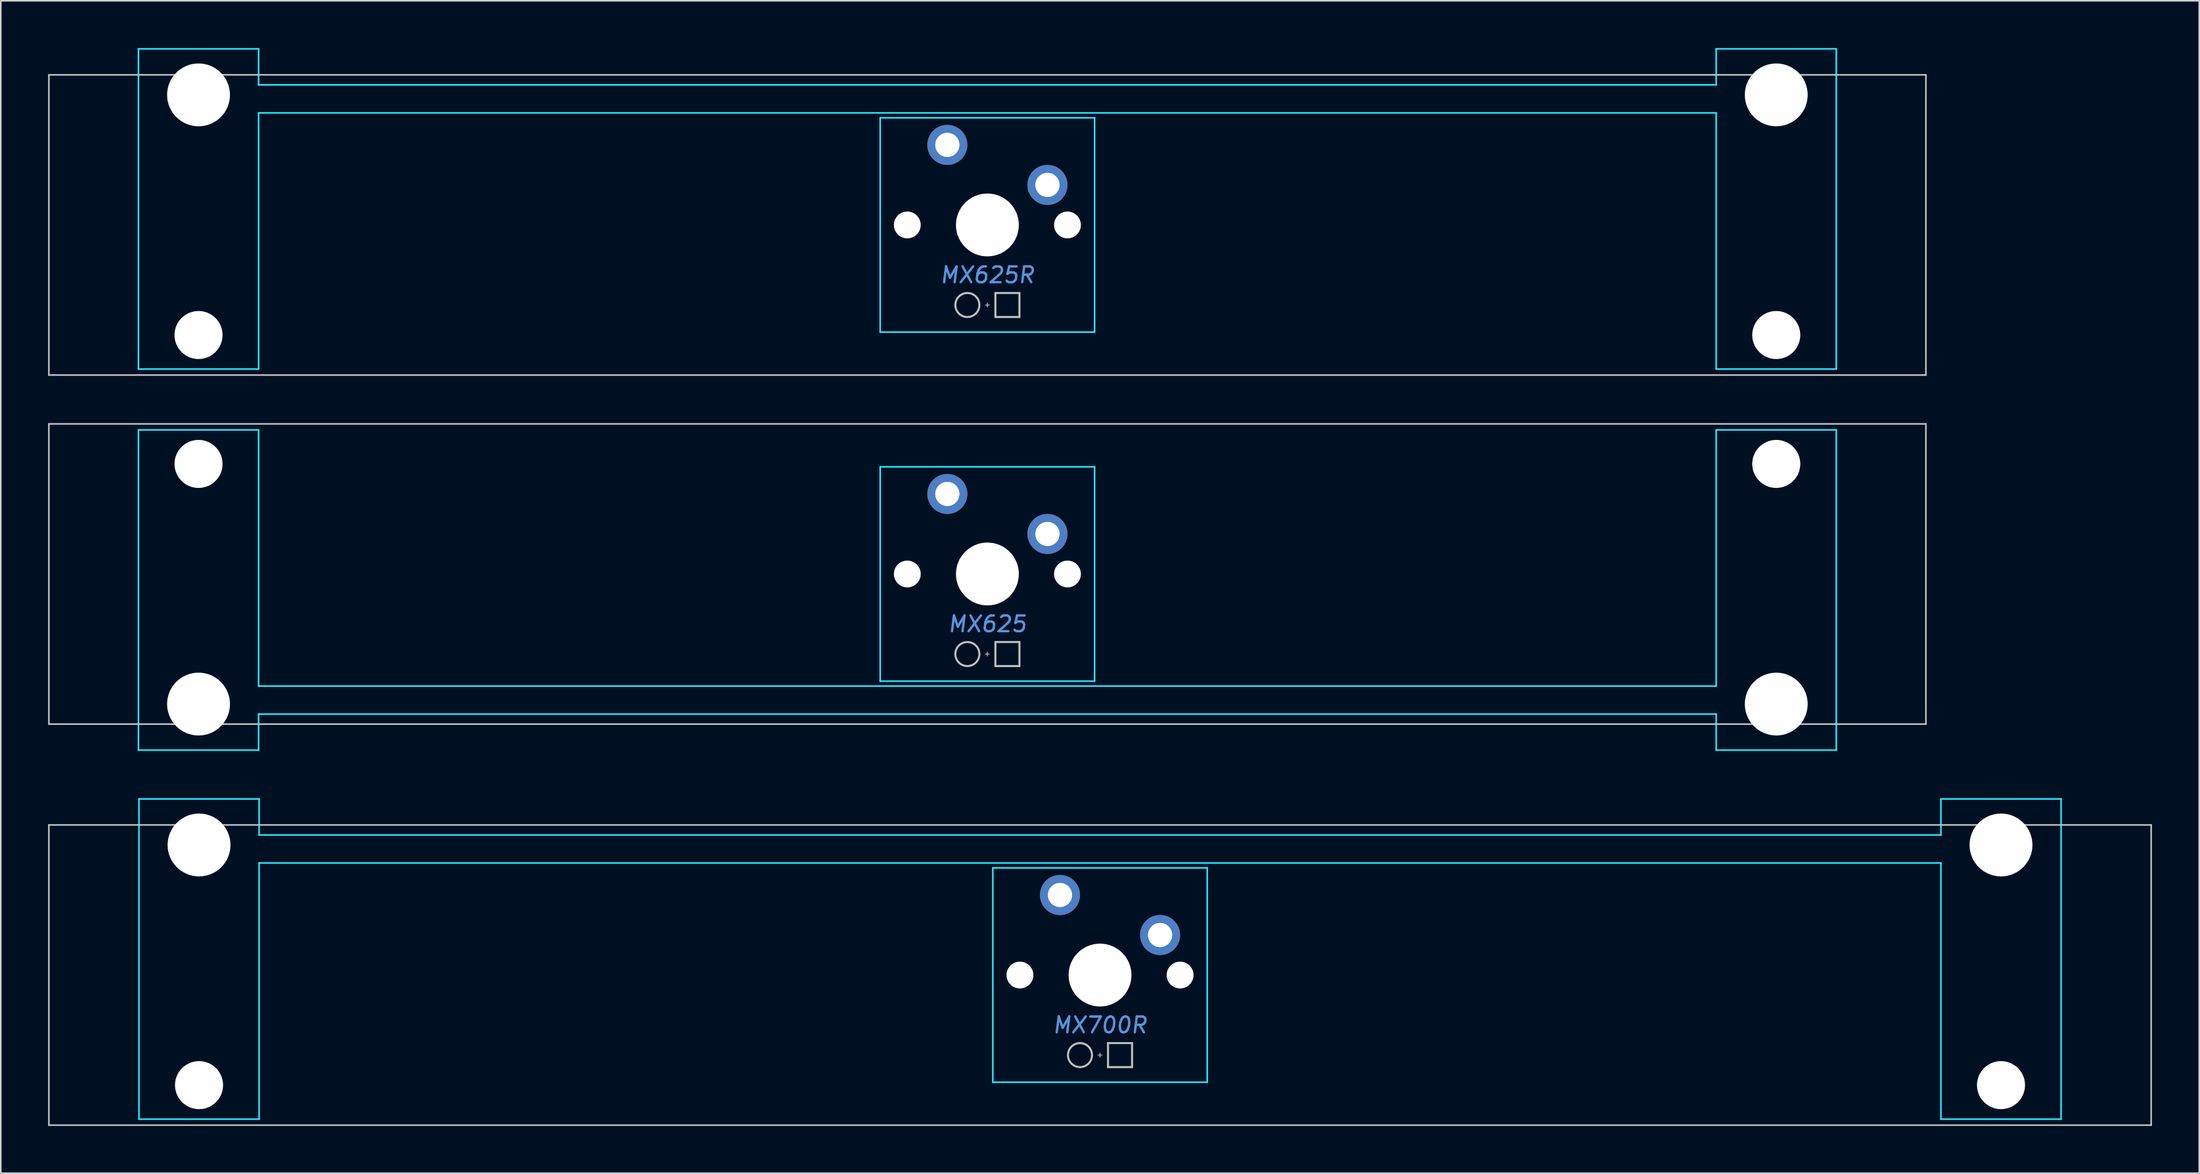
<source format=kicad_pcb>
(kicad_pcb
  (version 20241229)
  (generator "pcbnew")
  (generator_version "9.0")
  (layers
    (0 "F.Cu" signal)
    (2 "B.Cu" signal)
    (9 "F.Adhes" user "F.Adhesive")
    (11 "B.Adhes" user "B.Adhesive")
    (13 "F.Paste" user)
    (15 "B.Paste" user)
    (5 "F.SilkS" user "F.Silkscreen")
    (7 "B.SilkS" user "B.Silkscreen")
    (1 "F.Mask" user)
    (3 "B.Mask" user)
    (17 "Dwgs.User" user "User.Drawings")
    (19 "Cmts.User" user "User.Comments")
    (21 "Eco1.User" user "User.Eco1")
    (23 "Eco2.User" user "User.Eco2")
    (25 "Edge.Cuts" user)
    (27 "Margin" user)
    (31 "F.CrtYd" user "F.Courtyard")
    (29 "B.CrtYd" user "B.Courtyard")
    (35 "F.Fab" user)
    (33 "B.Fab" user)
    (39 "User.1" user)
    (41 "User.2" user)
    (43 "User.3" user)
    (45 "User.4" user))
  (footprint "MX700R"
    (layer "F.Cu")
    (at 66.725 58.828)
    (property "Reference" "MX700R" (at 0 3.175 0) (layer "Cmts.User") (effects (font (size 1 1) (thickness 0.15) (italic yes))))
    (attr through_hole)
    (fp_line (start -66.675 -9.525) (end -66.675 9.525) (stroke (width 0.1) (type solid)) (layer "Dwgs.User"))
    (fp_line (start -66.675 -9.525) (end 66.675 -9.525) (stroke (width 0.1) (type solid)) (layer "Dwgs.User"))
    (fp_line (start -66.675 9.525) (end 66.675 9.525) (stroke (width 0.1) (type solid)) (layer "Dwgs.User"))
    (fp_line (start -0.127 5.08) (end 0.127 5.08) (stroke (width 0.051) (type solid)) (layer "Dwgs.User"))
    (fp_line (start 0 4.953) (end 0 5.207) (stroke (width 0.051) (type solid)) (layer "Dwgs.User"))
    (fp_line (start 0.508 4.318) (end 0.508 5.842) (stroke (width 0.127) (type solid)) (layer "Dwgs.User"))
    (fp_line (start 0.508 4.318) (end 2.032 4.318) (stroke (width 0.127) (type solid)) (layer "Dwgs.User"))
    (fp_line (start 0.508 5.842) (end 2.032 5.842) (stroke (width 0.127) (type solid)) (layer "Dwgs.User"))
    (fp_line (start 2.032 5.842) (end 2.032 4.318) (stroke (width 0.127) (type solid)) (layer "Dwgs.User"))
    (fp_line (start 66.675 -9.525) (end 66.675 9.525) (stroke (width 0.1) (type solid)) (layer "Dwgs.User"))
    (fp_circle (center -1.27 5.08) (end -0.508 5.08) (stroke (width 0.127) (type solid)) (fill no) (layer "Dwgs.User"))
    (fp_line (start -60.96 9.144) (end -60.96 -11.176) (stroke (width 0.1) (type solid)) (layer "B.CrtYd"))
    (fp_line (start -53.34 -11.176) (end -60.96 -11.176) (stroke (width 0.1) (type solid)) (layer "B.CrtYd"))
    (fp_line (start -53.34 -8.89) (end -53.34 -11.176) (stroke (width 0.1) (type solid)) (layer "B.CrtYd"))
    (fp_line (start -53.34 -7.112) (end -53.34 9.144) (stroke (width 0.1) (type solid)) (layer "B.CrtYd"))
    (fp_line (start -53.34 9.144) (end -60.96 9.144) (stroke (width 0.1) (type solid)) (layer "B.CrtYd"))
    (fp_line (start -6.8 -6.8) (end -6.8 6.8) (stroke (width 0.1) (type solid)) (layer "B.CrtYd"))
    (fp_line (start -6.8 -6.8) (end 6.8 -6.8) (stroke (width 0.1) (type solid)) (layer "B.CrtYd"))
    (fp_line (start -6.8 6.8) (end 6.8 6.8) (stroke (width 0.1) (type solid)) (layer "B.CrtYd"))
    (fp_line (start 6.8 6.8) (end 6.8 -6.8) (stroke (width 0.1) (type solid)) (layer "B.CrtYd"))
    (fp_line (start 53.34 -8.89) (end -53.34 -8.89) (stroke (width 0.1) (type solid)) (layer "B.CrtYd"))
    (fp_line (start 53.34 -8.89) (end 53.34 -11.176) (stroke (width 0.1) (type solid)) (layer "B.CrtYd"))
    (fp_line (start 53.34 -7.112) (end -53.34 -7.112) (stroke (width 0.1) (type solid)) (layer "B.CrtYd"))
    (fp_line (start 53.34 -7.112) (end 53.34 9.144) (stroke (width 0.1) (type solid)) (layer "B.CrtYd"))
    (fp_line (start 60.96 -11.176) (end 53.34 -11.176) (stroke (width 0.1) (type solid)) (layer "B.CrtYd"))
    (fp_line (start 60.96 9.144) (end 53.34 9.144) (stroke (width 0.1) (type solid)) (layer "B.CrtYd"))
    (fp_line (start 60.96 9.144) (end 60.96 -11.176) (stroke (width 0.1) (type solid)) (layer "B.CrtYd"))
    (pad "" np_thru_hole circle (at -57.15 -8.255) (size 3.988 3.988) (drill 3.988) (layers "*.Cu" "*.Mask"))
    (pad "" np_thru_hole circle (at -57.15 6.985) (size 3.048 3.048) (drill 3.048) (layers "*.Cu" "*.Mask"))
    (pad "" np_thru_hole circle (at -5.08 0) (size 1.702 1.702) (drill 1.702) (layers "*.Cu" "*.Mask"))
    (pad "" connect circle (at -2.54 -5.08) (size 1.524 1.524) (layers "B.Mask"))
    (pad "" np_thru_hole circle (at 0 0) (size 3.988 3.988) (drill 3.988) (layers "*.Cu" "*.Mask"))
    (pad "" connect circle (at 3.81 -2.54) (size 1.524 1.524) (layers "B.Mask"))
    (pad "" np_thru_hole circle (at 5.08 0) (size 1.702 1.702) (drill 1.702) (layers "*.Cu" "*.Mask"))
    (pad "" np_thru_hole circle (at 57.15 -8.255) (size 3.988 3.988) (drill 3.988) (layers "*.Cu" "*.Mask"))
    (pad "" np_thru_hole circle (at 57.15 6.985) (size 3.048 3.048) (drill 3.048) (layers "*.Cu" "*.Mask"))
    (pad "1" thru_hole circle (at -2.54 -5.08) (size 2.032 2.032) (drill 1.524) (layers "B.Cu"))
    (pad "1" thru_hole circle (at -2.54 -5.08) (size 2.54 2.54) (drill 1.524) (layers "F.Cu" "F.Mask"))
    (pad "2" thru_hole circle (at 3.81 -2.54) (size 2.032 2.032) (drill 1.524) (layers "B.Cu"))
    (pad "2" thru_hole circle (at 3.81 -2.54) (size 2.54 2.54) (drill 1.524) (layers "F.Cu" "F.Mask")))
  (footprint "MX625"
    (layer "F.Cu")
    (at 59.581 33.376)
    (property "Reference" "MX625" (at 0 3.175 0) (layer "Cmts.User") (effects (font (size 1 1) (thickness 0.15) (italic yes))))
    (attr through_hole)
    (fp_line (start -59.531 -9.525) (end -59.531 9.525) (stroke (width 0.1) (type solid)) (layer "Dwgs.User"))
    (fp_line (start -59.531 -9.525) (end 59.531 -9.525) (stroke (width 0.1) (type solid)) (layer "Dwgs.User"))
    (fp_line (start -59.531 9.525) (end 59.531 9.525) (stroke (width 0.1) (type solid)) (layer "Dwgs.User"))
    (fp_line (start -0.127 5.08) (end 0.127 5.08) (stroke (width 0.051) (type solid)) (layer "Dwgs.User"))
    (fp_line (start 0 5.207) (end 0 4.953) (stroke (width 0.051) (type solid)) (layer "Dwgs.User"))
    (fp_line (start 0.508 4.318) (end 0.508 5.842) (stroke (width 0.127) (type solid)) (layer "Dwgs.User"))
    (fp_line (start 0.508 4.318) (end 2.032 4.318) (stroke (width 0.127) (type solid)) (layer "Dwgs.User"))
    (fp_line (start 0.508 5.842) (end 2.032 5.842) (stroke (width 0.127) (type solid)) (layer "Dwgs.User"))
    (fp_line (start 2.032 5.842) (end 2.032 4.318) (stroke (width 0.127) (type solid)) (layer "Dwgs.User"))
    (fp_line (start 59.531 -9.525) (end 59.531 9.525) (stroke (width 0.1) (type solid)) (layer "Dwgs.User"))
    (fp_circle (center -1.27 5.08) (end -0.508 5.08) (stroke (width 0.127) (type solid)) (fill no) (layer "Dwgs.User"))
    (fp_line (start -53.848 -9.144) (end -53.848 11.176) (stroke (width 0.1) (type solid)) (layer "B.CrtYd"))
    (fp_line (start -53.848 -9.144) (end -46.228 -9.144) (stroke (width 0.1) (type solid)) (layer "B.CrtYd"))
    (fp_line (start -53.848 11.176) (end -46.228 11.176) (stroke (width 0.1) (type solid)) (layer "B.CrtYd"))
    (fp_line (start -46.228 7.112) (end -46.228 -9.144) (stroke (width 0.1) (type solid)) (layer "B.CrtYd"))
    (fp_line (start -46.228 7.112) (end 46.228 7.112) (stroke (width 0.1) (type solid)) (layer "B.CrtYd"))
    (fp_line (start -46.228 8.89) (end -46.228 11.176) (stroke (width 0.1) (type solid)) (layer "B.CrtYd"))
    (fp_line (start -46.228 8.89) (end 46.228 8.89) (stroke (width 0.1) (type solid)) (layer "B.CrtYd"))
    (fp_line (start -6.8 -6.8) (end -6.8 6.8) (stroke (width 0.1) (type solid)) (layer "B.CrtYd"))
    (fp_line (start -6.8 -6.8) (end 6.8 -6.8) (stroke (width 0.1) (type solid)) (layer "B.CrtYd"))
    (fp_line (start -6.8 6.8) (end 6.8 6.8) (stroke (width 0.1) (type solid)) (layer "B.CrtYd"))
    (fp_line (start 6.8 6.8) (end 6.8 -6.8) (stroke (width 0.1) (type solid)) (layer "B.CrtYd"))
    (fp_line (start 46.228 -9.144) (end 53.848 -9.144) (stroke (width 0.1) (type solid)) (layer "B.CrtYd"))
    (fp_line (start 46.228 7.112) (end 46.228 -9.144) (stroke (width 0.1) (type solid)) (layer "B.CrtYd"))
    (fp_line (start 46.228 8.89) (end 46.228 11.176) (stroke (width 0.1) (type solid)) (layer "B.CrtYd"))
    (fp_line (start 46.228 11.176) (end 53.848 11.176) (stroke (width 0.1) (type solid)) (layer "B.CrtYd"))
    (fp_line (start 53.848 -9.144) (end 53.848 11.176) (stroke (width 0.1) (type solid)) (layer "B.CrtYd"))
    (pad "" np_thru_hole circle (at -50.038 -6.985 180) (size 3.048 3.048) (drill 3.048) (layers "*.Cu" "*.Mask"))
    (pad "" np_thru_hole circle (at -50.038 8.255 180) (size 3.988 3.988) (drill 3.988) (layers "*.Cu" "*.Mask"))
    (pad "" np_thru_hole circle (at -5.08 0) (size 1.702 1.702) (drill 1.702) (layers "*.Cu" "*.Mask"))
    (pad "" connect circle (at -2.54 -5.08) (size 1.524 1.524) (layers "B.Mask"))
    (pad "" np_thru_hole circle (at 0 0) (size 3.988 3.988) (drill 3.988) (layers "*.Cu" "*.Mask"))
    (pad "" connect circle (at 3.81 -2.54) (size 1.524 1.524) (layers "B.Mask"))
    (pad "" np_thru_hole circle (at 5.08 0) (size 1.702 1.702) (drill 1.702) (layers "*.Cu" "*.Mask"))
    (pad "" np_thru_hole circle (at 50.038 -6.985 180) (size 3.048 3.048) (drill 3.048) (layers "*.Cu" "*.Mask"))
    (pad "" np_thru_hole circle (at 50.038 8.255 180) (size 3.988 3.988) (drill 3.988) (layers "*.Cu" "*.Mask"))
    (pad "1" thru_hole circle (at -2.54 -5.08) (size 2.032 2.032) (drill 1.524) (layers "B.Cu"))
    (pad "1" thru_hole circle (at -2.54 -5.08) (size 2.54 2.54) (drill 1.524) (layers "F.Cu" "F.Mask"))
    (pad "2" thru_hole circle (at 3.81 -2.54) (size 2.032 2.032) (drill 1.524) (layers "B.Cu"))
    (pad "2" thru_hole circle (at 3.81 -2.54) (size 2.54 2.54) (drill 1.524) (layers "F.Cu" "F.Mask")))
  (footprint "MX625R"
    (layer "F.Cu")
    (at 59.581 11.226)
    (property "Reference" "MX625R" (at 0 3.175 0) (layer "Cmts.User") (effects (font (size 1 1) (thickness 0.15) (italic yes))))
    (attr through_hole)
    (fp_line (start -59.531 -9.525) (end -59.531 9.525) (stroke (width 0.1) (type solid)) (layer "Dwgs.User"))
    (fp_line (start -59.531 -9.525) (end 59.531 -9.525) (stroke (width 0.1) (type solid)) (layer "Dwgs.User"))
    (fp_line (start -59.531 9.525) (end 59.531 9.525) (stroke (width 0.1) (type solid)) (layer "Dwgs.User"))
    (fp_line (start -0.127 5.08) (end 0.127 5.08) (stroke (width 0.051) (type solid)) (layer "Dwgs.User"))
    (fp_line (start 0 5.207) (end 0 4.953) (stroke (width 0.051) (type solid)) (layer "Dwgs.User"))
    (fp_line (start 0.508 4.318) (end 0.508 5.842) (stroke (width 0.127) (type solid)) (layer "Dwgs.User"))
    (fp_line (start 0.508 4.318) (end 2.032 4.318) (stroke (width 0.127) (type solid)) (layer "Dwgs.User"))
    (fp_line (start 0.508 5.842) (end 2.032 5.842) (stroke (width 0.127) (type solid)) (layer "Dwgs.User"))
    (fp_line (start 2.032 5.842) (end 2.032 4.318) (stroke (width 0.127) (type solid)) (layer "Dwgs.User"))
    (fp_line (start 59.531 -9.525) (end 59.531 9.525) (stroke (width 0.1) (type solid)) (layer "Dwgs.User"))
    (fp_circle (center -1.27 5.08) (end -0.508 5.08) (stroke (width 0.127) (type solid)) (fill no) (layer "Dwgs.User"))
    (fp_line (start -53.848 9.144) (end -53.848 -11.176) (stroke (width 0.1) (type solid)) (layer "B.CrtYd"))
    (fp_line (start -46.228 -11.176) (end -53.848 -11.176) (stroke (width 0.1) (type solid)) (layer "B.CrtYd"))
    (fp_line (start -46.228 -8.89) (end -46.228 -11.176) (stroke (width 0.1) (type solid)) (layer "B.CrtYd"))
    (fp_line (start -46.228 -7.112) (end -46.228 9.144) (stroke (width 0.1) (type solid)) (layer "B.CrtYd"))
    (fp_line (start -46.228 9.144) (end -53.848 9.144) (stroke (width 0.1) (type solid)) (layer "B.CrtYd"))
    (fp_line (start -6.8 -6.8) (end -6.8 6.8) (stroke (width 0.1) (type solid)) (layer "B.CrtYd"))
    (fp_line (start -6.8 -6.8) (end 6.8 -6.8) (stroke (width 0.1) (type solid)) (layer "B.CrtYd"))
    (fp_line (start -6.8 6.8) (end 6.8 6.8) (stroke (width 0.1) (type solid)) (layer "B.CrtYd"))
    (fp_line (start 6.8 6.8) (end 6.8 -6.8) (stroke (width 0.1) (type solid)) (layer "B.CrtYd"))
    (fp_line (start 46.228 -8.89) (end -46.228 -8.89) (stroke (width 0.1) (type solid)) (layer "B.CrtYd"))
    (fp_line (start 46.228 -8.89) (end 46.228 -11.176) (stroke (width 0.1) (type solid)) (layer "B.CrtYd"))
    (fp_line (start 46.228 -7.112) (end -46.228 -7.112) (stroke (width 0.1) (type solid)) (layer "B.CrtYd"))
    (fp_line (start 46.228 -7.112) (end 46.228 9.144) (stroke (width 0.1) (type solid)) (layer "B.CrtYd"))
    (fp_line (start 53.848 -11.176) (end 46.228 -11.176) (stroke (width 0.1) (type solid)) (layer "B.CrtYd"))
    (fp_line (start 53.848 9.144) (end 46.228 9.144) (stroke (width 0.1) (type solid)) (layer "B.CrtYd"))
    (fp_line (start 53.848 9.144) (end 53.848 -11.176) (stroke (width 0.1) (type solid)) (layer "B.CrtYd"))
    (pad "" np_thru_hole circle (at -50.038 -8.255) (size 3.988 3.988) (drill 3.988) (layers "*.Cu" "*.Mask"))
    (pad "" np_thru_hole circle (at -50.038 6.985) (size 3.048 3.048) (drill 3.048) (layers "*.Cu" "*.Mask"))
    (pad "" np_thru_hole circle (at -5.08 0) (size 1.702 1.702) (drill 1.702) (layers "*.Cu" "*.Mask"))
    (pad "" connect circle (at -2.54 -5.08) (size 1.524 1.524) (layers "B.Mask"))
    (pad "" np_thru_hole circle (at 0 0) (size 3.988 3.988) (drill 3.988) (layers "*.Cu" "*.Mask"))
    (pad "" connect circle (at 3.81 -2.54) (size 1.524 1.524) (layers "B.Mask"))
    (pad "" np_thru_hole circle (at 5.08 0) (size 1.702 1.702) (drill 1.702) (layers "*.Cu" "*.Mask"))
    (pad "" np_thru_hole circle (at 50.038 -8.255) (size 3.988 3.988) (drill 3.988) (layers "*.Cu" "*.Mask"))
    (pad "" np_thru_hole circle (at 50.038 6.985) (size 3.048 3.048) (drill 3.048) (layers "*.Cu" "*.Mask"))
    (pad "1" thru_hole circle (at -2.54 -5.08) (size 2.032 2.032) (drill 1.524) (layers "B.Cu"))
    (pad "1" thru_hole circle (at -2.54 -5.08) (size 2.54 2.54) (drill 1.524) (layers "F.Cu" "F.Mask"))
    (pad "2" thru_hole circle (at 3.81 -2.54) (size 2.032 2.032) (drill 1.524) (layers "B.Cu"))
    (pad "2" thru_hole circle (at 3.81 -2.54) (size 2.54 2.54) (drill 1.524) (layers "F.Cu" "F.Mask")))
  (gr_rect
    (start -3 -3)
    (end 136.45 71.403)
    (stroke (width 0.1) (type default))
    (fill no)
    (layer "Edge.Cuts")))
</source>
